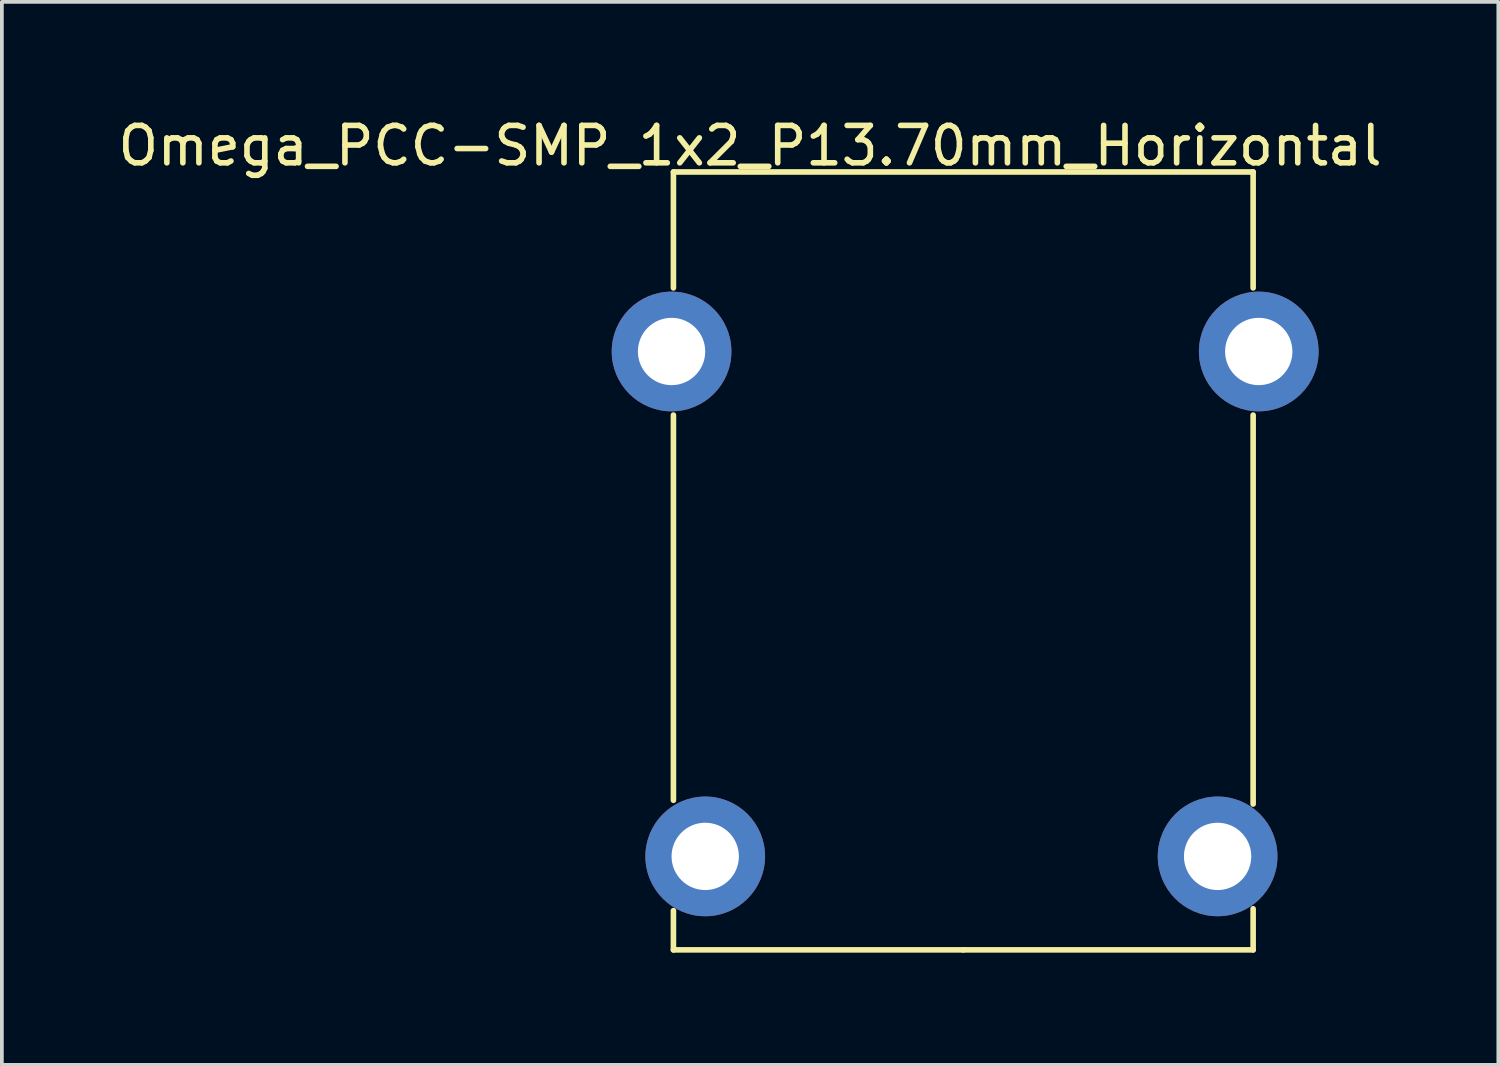
<source format=kicad_pcb>
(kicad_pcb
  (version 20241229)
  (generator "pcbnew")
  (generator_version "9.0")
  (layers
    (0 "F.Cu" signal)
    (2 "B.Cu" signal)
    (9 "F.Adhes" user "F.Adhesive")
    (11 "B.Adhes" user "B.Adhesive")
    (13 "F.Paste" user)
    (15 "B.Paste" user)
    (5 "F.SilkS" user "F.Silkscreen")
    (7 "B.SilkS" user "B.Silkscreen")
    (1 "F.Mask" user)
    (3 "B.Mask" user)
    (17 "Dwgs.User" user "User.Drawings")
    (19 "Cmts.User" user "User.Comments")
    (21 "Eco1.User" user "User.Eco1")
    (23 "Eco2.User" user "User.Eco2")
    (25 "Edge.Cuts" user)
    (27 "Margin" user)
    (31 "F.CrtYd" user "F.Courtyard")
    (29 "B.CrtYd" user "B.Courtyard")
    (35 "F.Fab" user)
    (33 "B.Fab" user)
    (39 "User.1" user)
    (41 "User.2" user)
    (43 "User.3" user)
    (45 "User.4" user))
  (footprint "Omega_PCC-SMP_1x2_P13.70mm_Horizontal"
    (layer "F.Cu")
    (at 22.706 19.848)
    (property "Reference" "Omega_PCC-SMP_1x2_P13.70mm_Horizontal" (at -5.7 -19 0) (layer "F.SilkS") (effects (font (size 1 1) (thickness 0.15))))
    (attr through_hole)
    (fp_line (start -7.75 -18.3) (end -7.75 -15.2) (stroke (width 0.15) (type solid)) (layer "F.SilkS"))
    (fp_line (start -7.75 -18.3) (end 7.75 -18.3) (stroke (width 0.15) (type solid)) (layer "F.SilkS"))
    (fp_line (start -7.75 -11.8) (end -7.75 -1.5) (stroke (width 0.15) (type solid)) (layer "F.SilkS"))
    (fp_line (start -7.75 2.5) (end -7.75 1.45) (stroke (width 0.15) (type solid)) (layer "F.SilkS"))
    (fp_line (start 0 2.5) (end -7.75 2.5) (stroke (width 0.15) (type solid)) (layer "F.SilkS"))
    (fp_line (start 0 2.5) (end 7.75 2.5) (stroke (width 0.15) (type solid)) (layer "F.SilkS"))
    (fp_line (start 7.75 -15.2) (end 7.75 -18.3) (stroke (width 0.15) (type solid)) (layer "F.SilkS"))
    (fp_line (start 7.75 -11.8) (end 7.75 -1.4) (stroke (width 0.15) (type solid)) (layer "F.SilkS"))
    (fp_line (start 7.75 2.5) (end 7.75 1.4) (stroke (width 0.15) (type solid)) (layer "F.SilkS"))
    (pad "1" thru_hole circle (at -6.9 0) (size 3.2 3.2) (drill 1.8) (layers "*.Cu" "*.Mask"))
    (pad "2" thru_hole circle (at 6.8 0) (size 3.2 3.2) (drill 1.8) (layers "*.Cu" "*.Mask"))
    (pad "3" thru_hole circle (at -7.8 -13.5) (size 3.2 3.2) (drill 1.8) (layers "*.Cu" "*.Mask"))
    (pad "3" thru_hole circle (at 7.9 -13.5) (size 3.2 3.2) (drill 1.8) (layers "*.Cu" "*.Mask")))
  (gr_rect
    (start -3 -3)
    (end 37.012 25.423)
    (stroke (width 0.1) (type default))
    (fill no)
    (layer "Edge.Cuts")))
</source>
